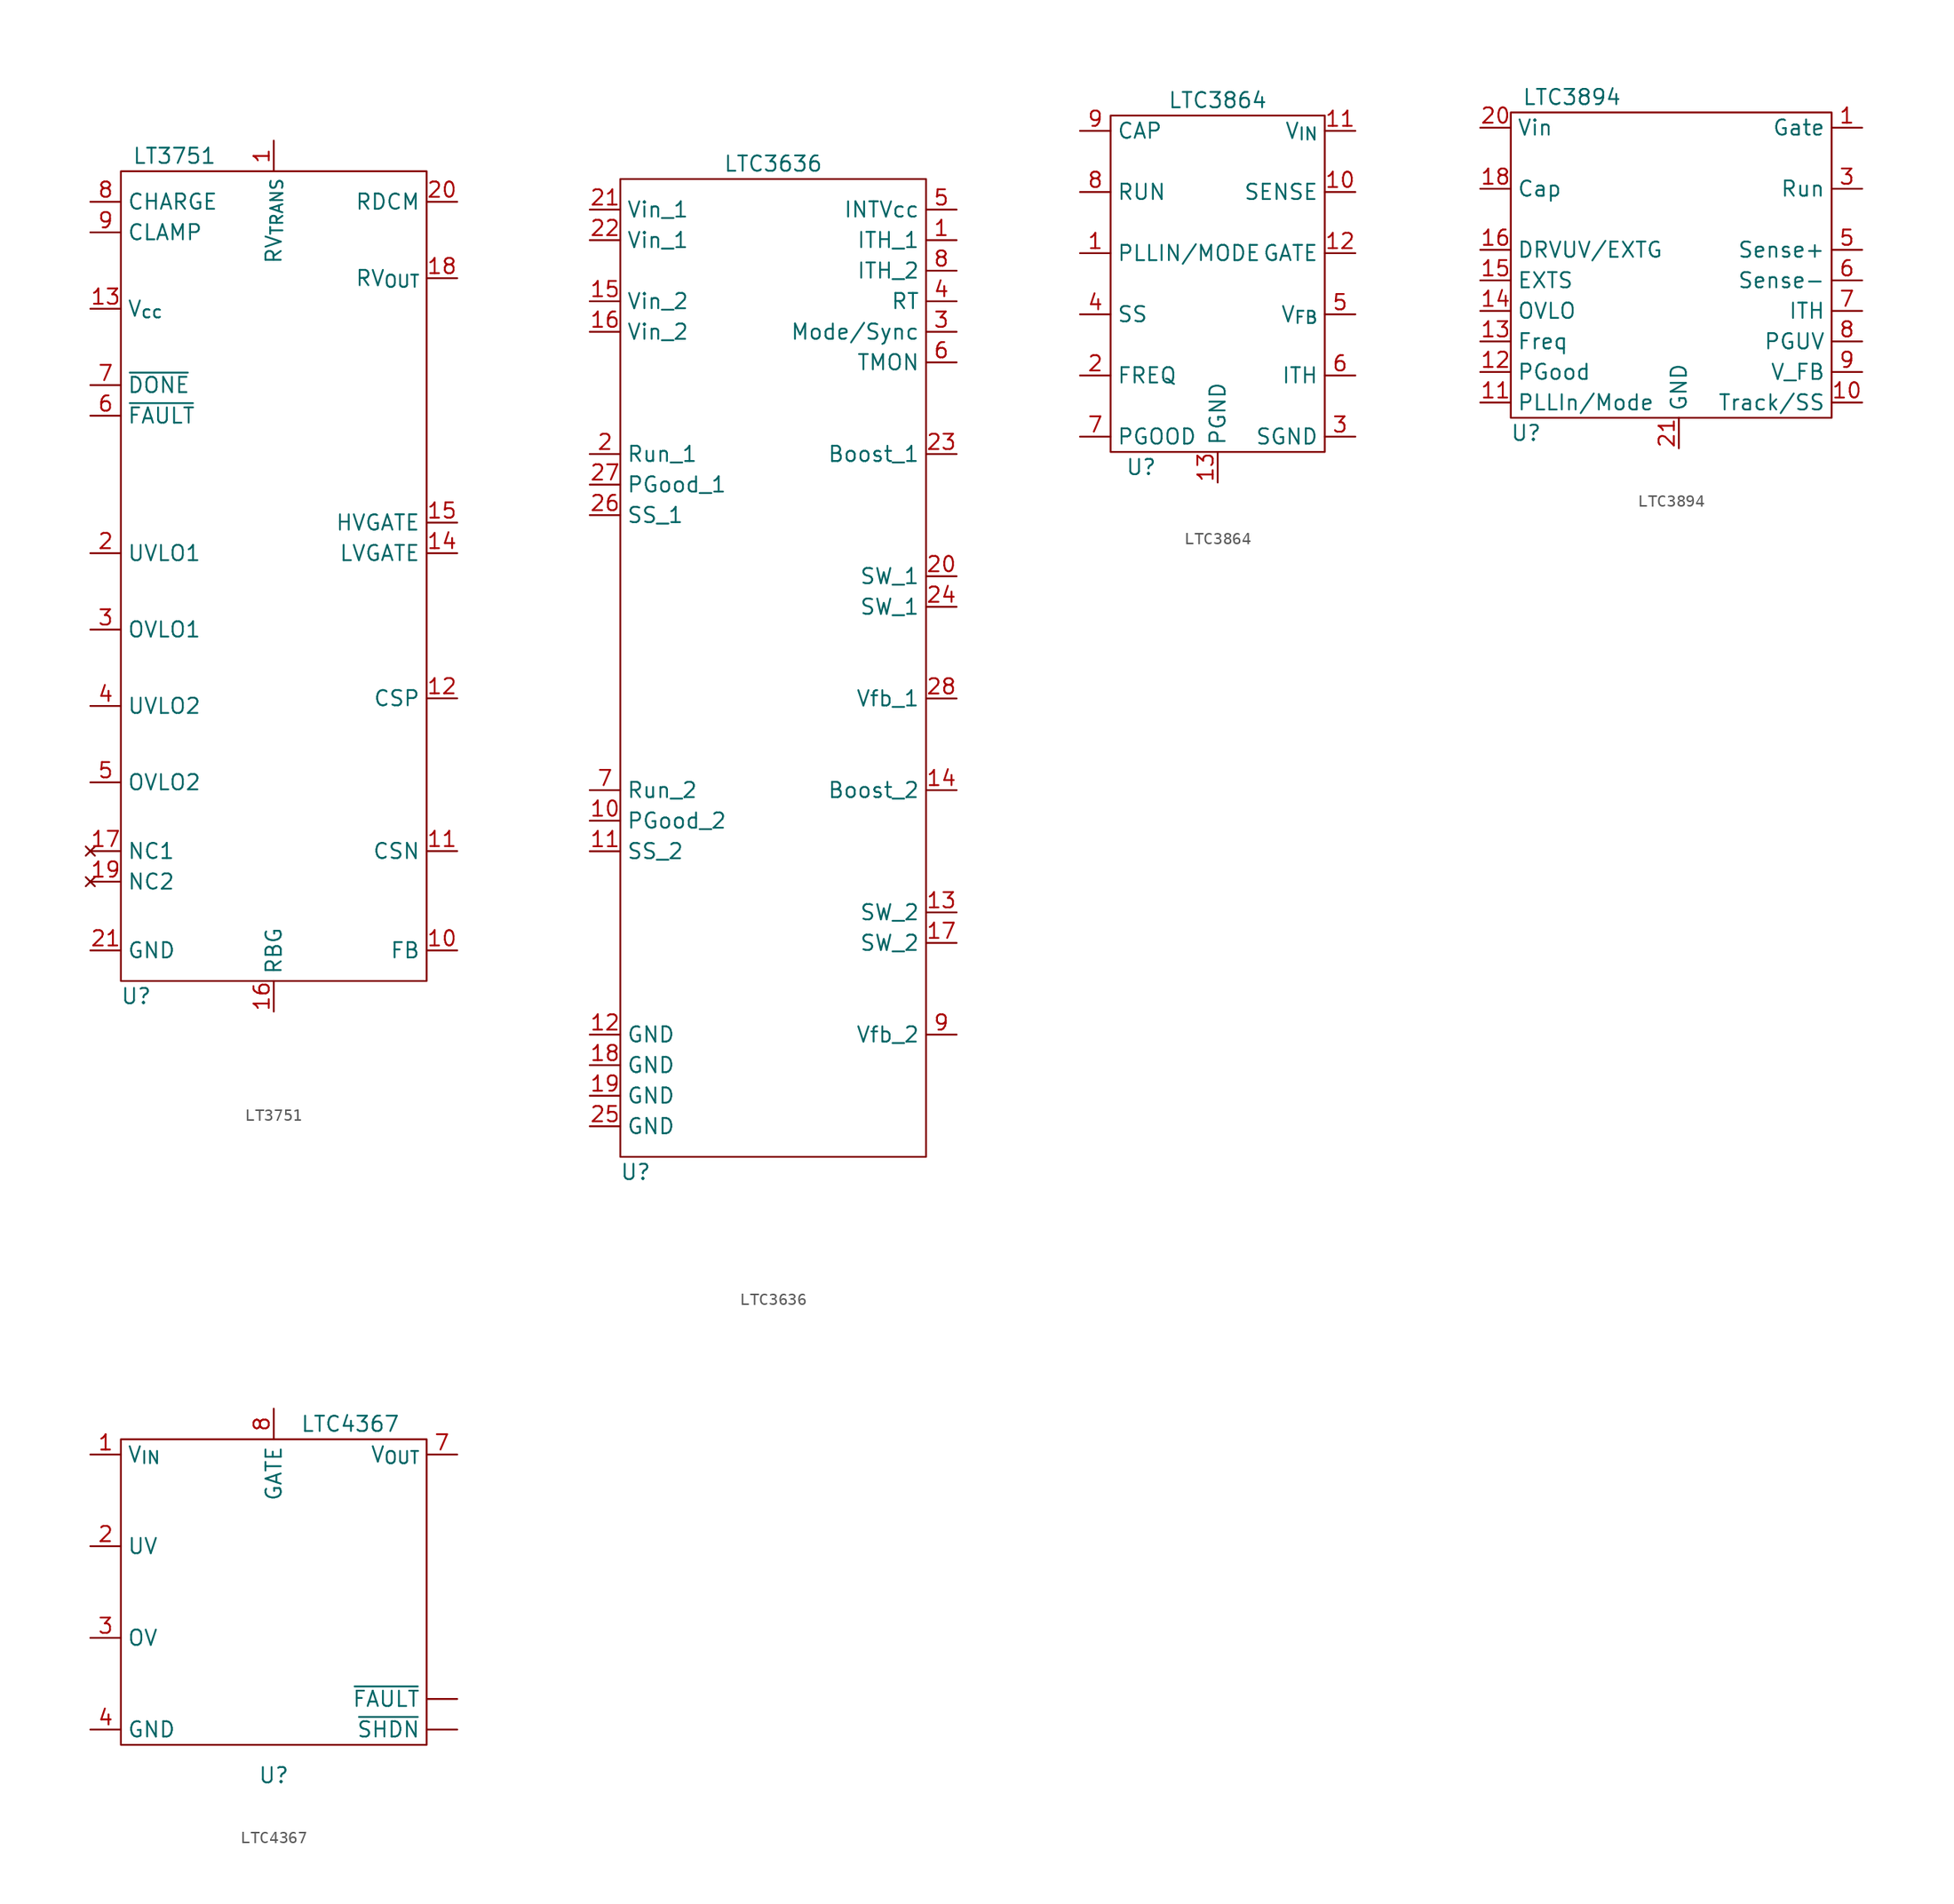
<source format=kicad_sym>
(kicad_symbol_lib
  (version 20211014)
  (generator kicad_symbol_editor)
  (symbol "LT3751"
    (property "Reference" "U"
      (at -11.43 -33.02 0)
      (effects (font (size 1.27 1.27))))
    (property "Value" "LT3751"
      (at -8.255 36.83 0)
      (effects (font (size 1.27 1.27))))
    (symbol "LT3751_0_1"
      (rectangle (start -12.7 35.56) (end 12.7 -31.75) (stroke (width 0) (type default) (color 0 0 0 0)) (fill (type none))))
    (symbol "LT3751_1_1"
      (pin input line (at 0 38.1 270) (length 2.54) (name "RV_{TRANS}" (effects (font (size 1.27 1.27)))) (number "1" (effects (font (size 1.27 1.27)))))
      (pin input line (at 15.24 -29.21 180) (length 2.54) (name "FB" (effects (font (size 1.27 1.27)))) (number "10" (effects (font (size 1.27 1.27)))))
      (pin input line (at 15.24 -20.955 180) (length 2.54) (name "CSN" (effects (font (size 1.27 1.27)))) (number "11" (effects (font (size 1.27 1.27)))))
      (pin input line (at 15.24 -8.255 180) (length 2.54) (name "CSP" (effects (font (size 1.27 1.27)))) (number "12" (effects (font (size 1.27 1.27)))))
      (pin power_in line (at -15.24 24.13 0) (length 2.54) (name "V_{cc}" (effects (font (size 1.27 1.27)))) (number "13" (effects (font (size 1.27 1.27)))))
      (pin output line (at 15.24 3.81 180) (length 2.54) (name "LVGATE" (effects (font (size 1.27 1.27)))) (number "14" (effects (font (size 1.27 1.27)))))
      (pin output line (at 15.24 6.35 180) (length 2.54) (name "HVGATE" (effects (font (size 1.27 1.27)))) (number "15" (effects (font (size 1.27 1.27)))))
      (pin input line (at 0 -34.29 90) (length 2.54) (name "RBG" (effects (font (size 1.27 1.27)))) (number "16" (effects (font (size 1.27 1.27)))))
      (pin no_connect line (at -15.24 -20.955 0) (length 2.54) (name "NC1" (effects (font (size 1.27 1.27)))) (number "17" (effects (font (size 1.27 1.27)))))
      (pin input line (at 15.24 26.67 180) (length 2.54) (name "RV_{OUT}" (effects (font (size 1.27 1.27)))) (number "18" (effects (font (size 1.27 1.27)))))
      (pin no_connect line (at -15.24 -23.495 0) (length 2.54) (name "NC2" (effects (font (size 1.27 1.27)))) (number "19" (effects (font (size 1.27 1.27)))))
      (pin input line (at -15.24 3.81 0) (length 2.54) (name "UVLO1" (effects (font (size 1.27 1.27)))) (number "2" (effects (font (size 1.27 1.27)))))
      (pin input line (at 15.24 33.02 180) (length 2.54) (name "RDCM" (effects (font (size 1.27 1.27)))) (number "20" (effects (font (size 1.27 1.27)))))
      (pin power_in line (at -15.24 -29.21 0) (length 2.54) (name "GND" (effects (font (size 1.27 1.27)))) (number "21" (effects (font (size 1.27 1.27)))))
      (pin input line (at -15.24 -2.54 0) (length 2.54) (name "OVLO1" (effects (font (size 1.27 1.27)))) (number "3" (effects (font (size 1.27 1.27)))))
      (pin input line (at -15.24 -8.89 0) (length 2.54) (name "UVLO2" (effects (font (size 1.27 1.27)))) (number "4" (effects (font (size 1.27 1.27)))))
      (pin input line (at -15.24 -15.24 0) (length 2.54) (name "OVLO2" (effects (font (size 1.27 1.27)))) (number "5" (effects (font (size 1.27 1.27)))))
      (pin open_collector line (at -15.24 15.24 0) (length 2.54) (name "~{FAULT}" (effects (font (size 1.27 1.27)))) (number "6" (effects (font (size 1.27 1.27)))))
      (pin open_collector line (at -15.24 17.78 0) (length 2.54) (name "~{DONE}" (effects (font (size 1.27 1.27)))) (number "7" (effects (font (size 1.27 1.27)))))
      (pin input line (at -15.24 33.02 0) (length 2.54) (name "CHARGE" (effects (font (size 1.27 1.27)))) (number "8" (effects (font (size 1.27 1.27)))))
      (pin input line (at -15.24 30.48 0) (length 2.54) (name "CLAMP" (effects (font (size 1.27 1.27)))) (number "9" (effects (font (size 1.27 1.27)))))))
  (symbol "LTC3636"
    (property "Reference" "U"
      (at -11.43 -41.91 0)
      (effects (font (size 1.27 1.27))))
    (property "Value" "LTC3636"
      (at 0 41.91 0)
      (effects (font (size 1.27 1.27))))
    (symbol "LTC3636_0_1"
      (rectangle (start -12.7 40.64) (end 12.7 -40.64) (stroke (width 0.152) (type default) (color 0 0 0 0)) (fill (type none))))
    (symbol "LTC3636_1_1"
      (pin passive line (at 15.24 35.56 180) (length 2.54) (name "ITH_1" (effects (font (size 1.27 1.27)))) (number "1" (effects (font (size 1.27 1.27)))))
      (pin input line (at -15.24 -12.7 0) (length 2.54) (name "PGood_2" (effects (font (size 1.27 1.27)))) (number "10" (effects (font (size 1.27 1.27)))))
      (pin input line (at -15.24 -15.24 0) (length 2.54) (name "SS_2" (effects (font (size 1.27 1.27)))) (number "11" (effects (font (size 1.27 1.27)))))
      (pin power_in line (at -15.24 -30.48 0) (length 2.54) (name "GND" (effects (font (size 1.27 1.27)))) (number "12" (effects (font (size 1.27 1.27)))))
      (pin power_out line (at 15.24 -20.32 180) (length 2.54) (name "SW_2" (effects (font (size 1.27 1.27)))) (number "13" (effects (font (size 1.27 1.27)))))
      (pin bidirectional line (at 15.24 -10.16 180) (length 2.54) (name "Boost_2" (effects (font (size 1.27 1.27)))) (number "14" (effects (font (size 1.27 1.27)))))
      (pin power_in line (at -15.24 30.48 0) (length 2.54) (name "Vin_2" (effects (font (size 1.27 1.27)))) (number "15" (effects (font (size 1.27 1.27)))))
      (pin power_in line (at -15.24 27.94 0) (length 2.54) (name "Vin_2" (effects (font (size 1.27 1.27)))) (number "16" (effects (font (size 1.27 1.27)))))
      (pin passive line (at 15.24 -22.86 180) (length 2.54) (name "SW_2" (effects (font (size 1.27 1.27)))) (number "17" (effects (font (size 1.27 1.27)))))
      (pin power_in line (at -15.24 -33.02 0) (length 2.54) (name "GND" (effects (font (size 1.27 1.27)))) (number "18" (effects (font (size 1.27 1.27)))))
      (pin power_in line (at -15.24 -35.56 0) (length 2.54) (name "GND" (effects (font (size 1.27 1.27)))) (number "19" (effects (font (size 1.27 1.27)))))
      (pin input line (at -15.24 17.78 0) (length 2.54) (name "Run_1" (effects (font (size 1.27 1.27)))) (number "2" (effects (font (size 1.27 1.27)))))
      (pin power_out line (at 15.24 7.62 180) (length 2.54) (name "SW_1" (effects (font (size 1.27 1.27)))) (number "20" (effects (font (size 1.27 1.27)))))
      (pin power_in line (at -15.24 38.1 0) (length 2.54) (name "Vin_1" (effects (font (size 1.27 1.27)))) (number "21" (effects (font (size 1.27 1.27)))))
      (pin power_in line (at -15.24 35.56 0) (length 2.54) (name "Vin_1" (effects (font (size 1.27 1.27)))) (number "22" (effects (font (size 1.27 1.27)))))
      (pin bidirectional line (at 15.24 17.78 180) (length 2.54) (name "Boost_1" (effects (font (size 1.27 1.27)))) (number "23" (effects (font (size 1.27 1.27)))))
      (pin passive line (at 15.24 5.08 180) (length 2.54) (name "SW_1" (effects (font (size 1.27 1.27)))) (number "24" (effects (font (size 1.27 1.27)))))
      (pin power_in line (at -15.24 -38.1 0) (length 2.54) (name "GND" (effects (font (size 1.27 1.27)))) (number "25" (effects (font (size 1.27 1.27)))))
      (pin input line (at -15.24 12.7 0) (length 2.54) (name "SS_1" (effects (font (size 1.27 1.27)))) (number "26" (effects (font (size 1.27 1.27)))))
      (pin input line (at -15.24 15.24 0) (length 2.54) (name "PGood_1" (effects (font (size 1.27 1.27)))) (number "27" (effects (font (size 1.27 1.27)))))
      (pin input line (at 15.24 -2.54 180) (length 2.54) (name "Vfb_1" (effects (font (size 1.27 1.27)))) (number "28" (effects (font (size 1.27 1.27)))))
      (pin input line (at 15.24 27.94 180) (length 2.54) (name "Mode/Sync" (effects (font (size 1.27 1.27)))) (number "3" (effects (font (size 1.27 1.27)))))
      (pin input line (at 15.24 30.48 180) (length 2.54) (name "RT" (effects (font (size 1.27 1.27)))) (number "4" (effects (font (size 1.27 1.27)))))
      (pin power_out line (at 15.24 38.1 180) (length 2.54) (name "INTVcc" (effects (font (size 1.27 1.27)))) (number "5" (effects (font (size 1.27 1.27)))))
      (pin passive line (at 15.24 25.4 180) (length 2.54) (name "TMON" (effects (font (size 1.27 1.27)))) (number "6" (effects (font (size 1.27 1.27)))))
      (pin input line (at -15.24 -10.16 0) (length 2.54) (name "Run_2" (effects (font (size 1.27 1.27)))) (number "7" (effects (font (size 1.27 1.27)))))
      (pin passive line (at 15.24 33.02 180) (length 2.54) (name "ITH_2" (effects (font (size 1.27 1.27)))) (number "8" (effects (font (size 1.27 1.27)))))
      (pin output line (at 15.24 -30.48 180) (length 2.54) (name "Vfb_2" (effects (font (size 1.27 1.27)))) (number "9" (effects (font (size 1.27 1.27)))))))
  (symbol "LTC3864"
    (property "Reference" "U"
      (at -6.35 -15.24 0)
      (effects (font (size 1.27 1.27))))
    (property "Value" "LTC3864"
      (at 0 15.24 0)
      (effects (font (size 1.27 1.27))))
    (symbol "LTC3864_0_1"
      (rectangle (start -8.89 13.97) (end 8.89 -13.97) (stroke (width 0.152) (type default) (color 0 0 0 0)) (fill (type none))))
    (symbol "LTC3864_1_1"
      (pin input line (at -11.43 2.54 0) (length 2.54) (name "PLLIN/MODE" (effects (font (size 1.27 1.27)))) (number "1" (effects (font (size 1.27 1.27)))))
      (pin input line (at 11.43 7.62 180) (length 2.54) (name "SENSE" (effects (font (size 1.27 1.27)))) (number "10" (effects (font (size 1.27 1.27)))))
      (pin power_in line (at 11.43 12.7 180) (length 2.54) (name "V_{IN}" (effects (font (size 1.27 1.27)))) (number "11" (effects (font (size 1.27 1.27)))))
      (pin output line (at 11.43 2.54 180) (length 2.54) (name "GATE" (effects (font (size 1.27 1.27)))) (number "12" (effects (font (size 1.27 1.27)))))
      (pin power_in line (at 0 -16.51 90) (length 2.54) (name "PGND" (effects (font (size 1.27 1.27)))) (number "13" (effects (font (size 1.27 1.27)))))
      (pin passive line (at -11.43 -7.62 0) (length 2.54) (name "FREQ" (effects (font (size 1.27 1.27)))) (number "2" (effects (font (size 1.27 1.27)))))
      (pin power_in line (at 11.43 -12.7 180) (length 2.54) (name "SGND" (effects (font (size 1.27 1.27)))) (number "3" (effects (font (size 1.27 1.27)))))
      (pin bidirectional line (at -11.43 -2.54 0) (length 2.54) (name "SS" (effects (font (size 1.27 1.27)))) (number "4" (effects (font (size 1.27 1.27)))))
      (pin input line (at 11.43 -2.54 180) (length 2.54) (name "V_{FB}" (effects (font (size 1.27 1.27)))) (number "5" (effects (font (size 1.27 1.27)))))
      (pin bidirectional line (at 11.43 -7.62 180) (length 2.54) (name "ITH" (effects (font (size 1.27 1.27)))) (number "6" (effects (font (size 1.27 1.27)))))
      (pin bidirectional line (at -11.43 -12.7 0) (length 2.54) (name "PGOOD" (effects (font (size 1.27 1.27)))) (number "7" (effects (font (size 1.27 1.27)))))
      (pin input line (at -11.43 7.62 0) (length 2.54) (name "RUN" (effects (font (size 1.27 1.27)))) (number "8" (effects (font (size 1.27 1.27)))))
      (pin bidirectional line (at -11.43 12.7 0) (length 2.54) (name "CAP" (effects (font (size 1.27 1.27)))) (number "9" (effects (font (size 1.27 1.27)))))))
  (symbol "LTC3894"
    (property "Reference" "U"
      (at -12.7 -15.24 0)
      (effects (font (size 1.27 1.27))))
    (property "Value" "LTC3894"
      (at -8.89 12.7 0)
      (effects (font (size 1.27 1.27))))
    (symbol "LTC3894_0_1"
      (rectangle (start -13.97 11.43) (end 12.7 -13.97) (stroke (width 0.152) (type default) (color 0 0 0 0)) (fill (type none))))
    (symbol "LTC3894_1_1"
      (pin output line (at 15.24 10.16 180) (length 2.54) (name "Gate" (effects (font (size 1.27 1.27)))) (number "1" (effects (font (size 1.27 1.27)))))
      (pin bidirectional line (at 15.24 -12.7 180) (length 2.54) (name "Track/SS" (effects (font (size 1.27 1.27)))) (number "10" (effects (font (size 1.27 1.27)))))
      (pin input line (at -16.51 -12.7 0) (length 2.54) (name "PLLIn/Mode" (effects (font (size 1.27 1.27)))) (number "11" (effects (font (size 1.27 1.27)))))
      (pin bidirectional line (at -16.51 -10.16 0) (length 2.54) (name "PGood" (effects (font (size 1.27 1.27)))) (number "12" (effects (font (size 1.27 1.27)))))
      (pin passive line (at -16.51 -7.62 0) (length 2.54) (name "Freq" (effects (font (size 1.27 1.27)))) (number "13" (effects (font (size 1.27 1.27)))))
      (pin input line (at -16.51 -5.08 0) (length 2.54) (name "OVLO" (effects (font (size 1.27 1.27)))) (number "14" (effects (font (size 1.27 1.27)))))
      (pin passive line (at -16.51 -2.54 0) (length 2.54) (name "EXTS" (effects (font (size 1.27 1.27)))) (number "15" (effects (font (size 1.27 1.27)))))
      (pin bidirectional line (at -16.51 0 0) (length 2.54) (name "DRVUV/EXTG" (effects (font (size 1.27 1.27)))) (number "16" (effects (font (size 1.27 1.27)))))
      (pin bidirectional line (at -16.51 5.08 0) (length 2.54) (name "Cap" (effects (font (size 1.27 1.27)))) (number "18" (effects (font (size 1.27 1.27)))))
      (pin power_in line (at -16.51 10.16 0) (length 2.54) (name "Vin" (effects (font (size 1.27 1.27)))) (number "20" (effects (font (size 1.27 1.27)))))
      (pin power_in line (at 0 -16.51 90) (length 2.54) (name "GND" (effects (font (size 1.27 1.27)))) (number "21" (effects (font (size 1.27 1.27)))))
      (pin input line (at 15.24 5.08 180) (length 2.54) (name "Run" (effects (font (size 1.27 1.27)))) (number "3" (effects (font (size 1.27 1.27)))))
      (pin input line (at 15.24 0 180) (length 2.54) (name "Sense+" (effects (font (size 1.27 1.27)))) (number "5" (effects (font (size 1.27 1.27)))))
      (pin input line (at 15.24 -2.54 180) (length 2.54) (name "Sense-" (effects (font (size 1.27 1.27)))) (number "6" (effects (font (size 1.27 1.27)))))
      (pin bidirectional line (at 15.24 -5.08 180) (length 2.54) (name "ITH" (effects (font (size 1.27 1.27)))) (number "7" (effects (font (size 1.27 1.27)))))
      (pin input line (at 15.24 -7.62 180) (length 2.54) (name "PGUV" (effects (font (size 1.27 1.27)))) (number "8" (effects (font (size 1.27 1.27)))))
      (pin input line (at 15.24 -10.16 180) (length 2.54) (name "V_FB" (effects (font (size 1.27 1.27)))) (number "9" (effects (font (size 1.27 1.27)))))))
  (symbol "LTC4367"
    (property "Reference" "U"
      (at 0 -15.24 0)
      (effects (font (size 1.27 1.27))))
    (property "Value" "LTC4367"
      (at 6.35 13.97 0)
      (effects (font (size 1.27 1.27))))
    (symbol "LTC4367_0_1"
      (rectangle (start -12.7 12.7) (end 12.7 -12.7) (stroke (width 0.152) (type default) (color 0 0 0 0)) (fill (type none))))
    (symbol "LTC4367_1_1"
      (pin open_collector line (at 15.24 -8.89 180) (length 2.54) (name "~{FAULT}" (effects (font (size 1.27 1.27)))) (number "" (effects (font (size 1.27 1.27)))))
      (pin input line (at 15.24 -11.43 180) (length 2.54) (name "~{SHDN}" (effects (font (size 1.27 1.27)))) (number "" (effects (font (size 1.27 1.27)))))
      (pin power_in line (at -15.24 11.43 0) (length 2.54) (name "V_{IN}" (effects (font (size 1.27 1.27)))) (number "1" (effects (font (size 1.27 1.27)))))
      (pin input line (at -15.24 3.81 0) (length 2.54) (name "UV" (effects (font (size 1.27 1.27)))) (number "2" (effects (font (size 1.27 1.27)))))
      (pin input line (at -15.24 -3.81 0) (length 2.54) (name "OV" (effects (font (size 1.27 1.27)))) (number "3" (effects (font (size 1.27 1.27)))))
      (pin power_in line (at -15.24 -11.43 0) (length 2.54) (name "GND" (effects (font (size 1.27 1.27)))) (number "4" (effects (font (size 1.27 1.27)))))
      (pin input line (at 15.24 11.43 180) (length 2.54) (name "V_{OUT}" (effects (font (size 1.27 1.27)))) (number "7" (effects (font (size 1.27 1.27)))))
      (pin output line (at 0 15.24 270) (length 2.54) (name "GATE" (effects (font (size 1.27 1.27)))) (number "8" (effects (font (size 1.27 1.27))))))))
</source>
